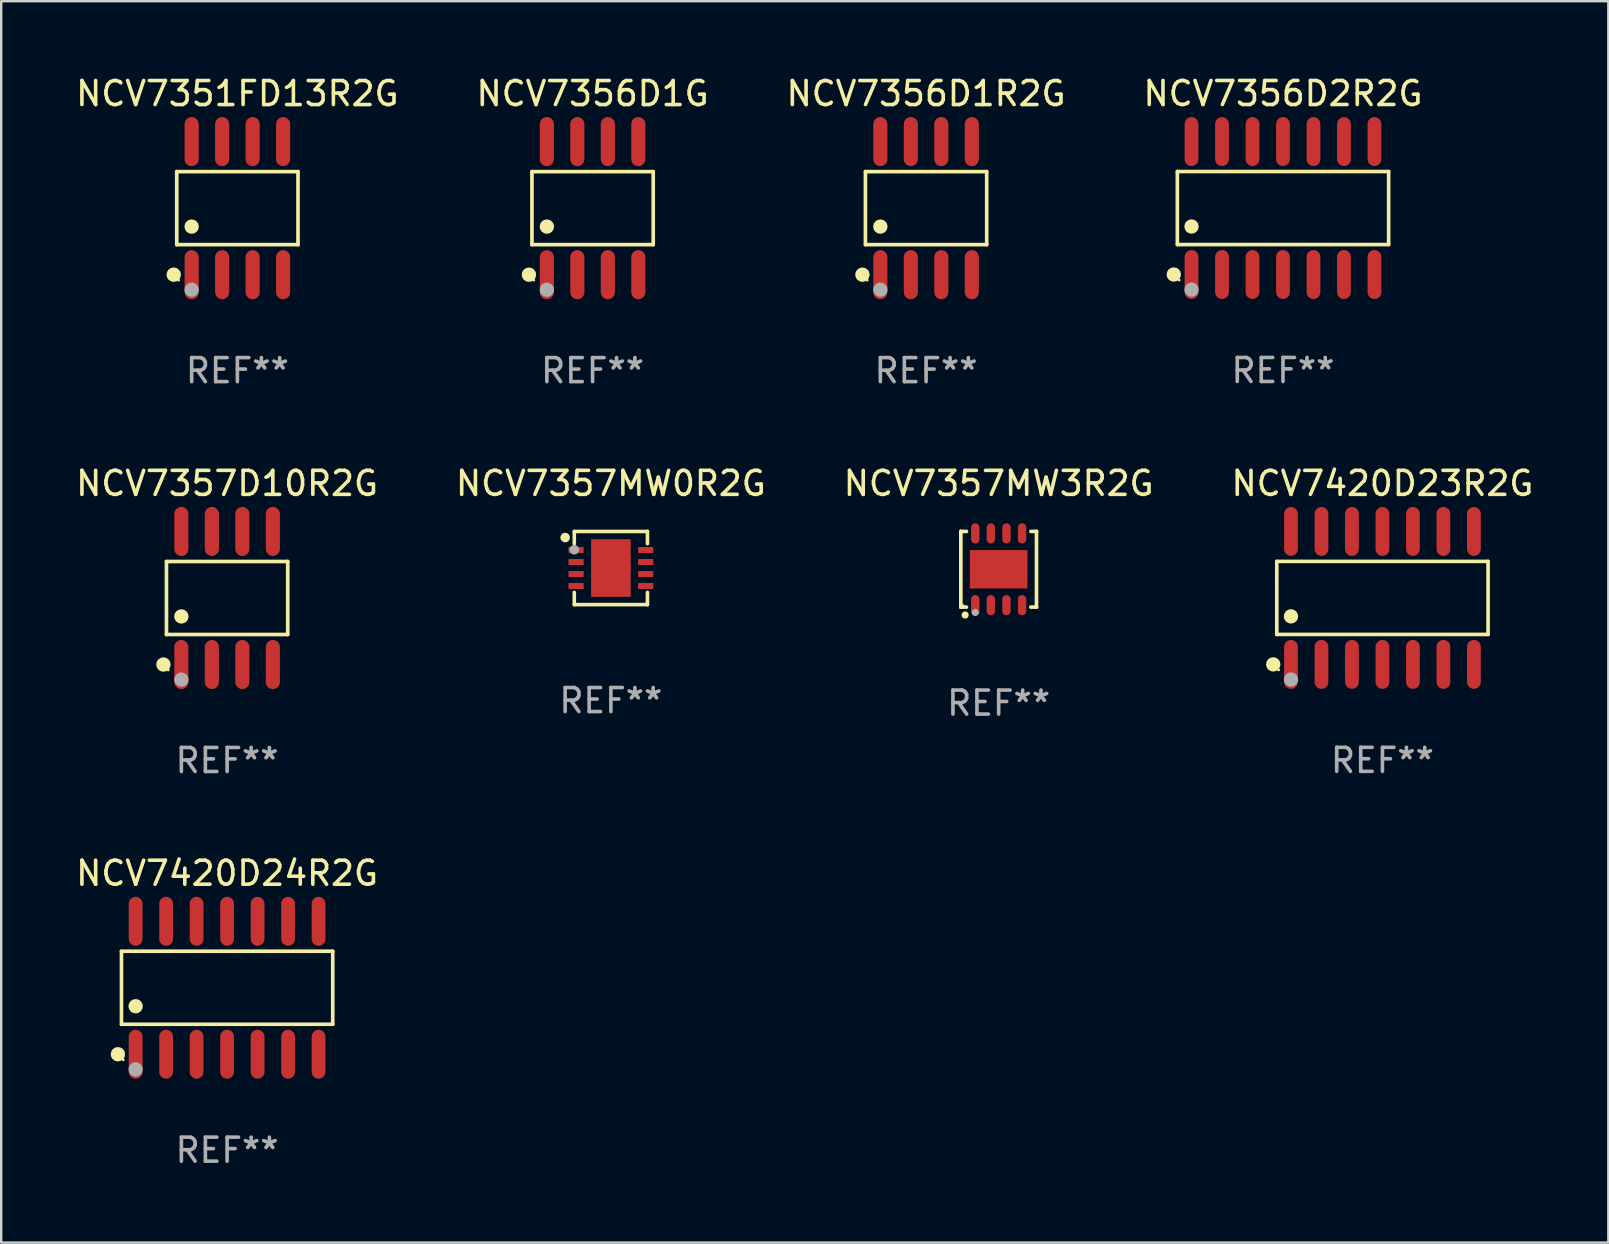
<source format=kicad_pcb>
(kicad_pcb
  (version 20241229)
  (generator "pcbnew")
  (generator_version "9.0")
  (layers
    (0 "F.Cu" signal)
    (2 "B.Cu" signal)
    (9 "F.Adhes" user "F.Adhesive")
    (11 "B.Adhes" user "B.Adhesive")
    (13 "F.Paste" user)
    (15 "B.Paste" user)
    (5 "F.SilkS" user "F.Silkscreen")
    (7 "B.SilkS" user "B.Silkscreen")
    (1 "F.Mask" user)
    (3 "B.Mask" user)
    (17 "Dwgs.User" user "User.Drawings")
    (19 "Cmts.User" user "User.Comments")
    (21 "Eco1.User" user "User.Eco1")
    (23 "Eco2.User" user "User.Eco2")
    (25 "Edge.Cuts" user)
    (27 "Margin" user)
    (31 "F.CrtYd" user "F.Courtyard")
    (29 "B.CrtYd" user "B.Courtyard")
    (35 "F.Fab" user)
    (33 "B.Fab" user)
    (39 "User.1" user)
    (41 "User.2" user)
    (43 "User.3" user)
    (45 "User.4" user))
  (footprint "NCV7351FD13R2G"
    (layer "F.Cu")
    (at 6.839 5.621)
    (property "Reference" "NCV7351FD13R2G" (at 0 -4.772 0) (layer "F.SilkS") (effects (font (size 1 1) (thickness 0.15))))
    (attr through_hole)
    (fp_line (start -2.526 -1.521) (end 2.526 -1.521) (stroke (width 0.152) (type solid)) (layer "F.SilkS"))
    (fp_line (start -2.526 1.521) (end -2.526 -1.521) (stroke (width 0.152) (type solid)) (layer "F.SilkS"))
    (fp_line (start 2.526 -1.521) (end 2.526 1.521) (stroke (width 0.152) (type solid)) (layer "F.SilkS"))
    (fp_line (start 2.526 1.521) (end -2.526 1.521) (stroke (width 0.152) (type solid)) (layer "F.SilkS"))
    (fp_circle (center -2.652 2.772) (end -2.501 2.772) (stroke (width 0.3) (type solid)) (fill no) (layer "F.SilkS"))
    (fp_circle (center -2.45 3) (end -2.42 3) (stroke (width 0.06) (type solid)) (fill no) (layer "F.SilkS"))
    (fp_circle (center -1.905 0.769) (end -1.755 0.769) (stroke (width 0.3) (type solid)) (fill no) (layer "F.SilkS"))
    (fp_circle (center -1.905 3.4) (end -1.755 3.4) (stroke (width 0.3) (type solid)) (fill no) (layer "F.Fab"))
    (fp_text user "REF**" (at 0 6.772 0) (layer "F.Fab") (effects (font (size 1 1) (thickness 0.15))))
    (pad "1" smd oval (at -1.905 2.772) (size 0.588 2.045) (layers "F.Cu" "F.Mask" "F.Paste"))
    (pad "2" smd oval (at -0.635 2.772) (size 0.588 2.045) (layers "F.Cu" "F.Mask" "F.Paste"))
    (pad "3" smd oval (at 0.635 2.772) (size 0.588 2.045) (layers "F.Cu" "F.Mask" "F.Paste"))
    (pad "4" smd oval (at 1.905 2.772) (size 0.588 2.045) (layers "F.Cu" "F.Mask" "F.Paste"))
    (pad "5" smd oval (at 1.905 -2.772) (size 0.588 2.045) (layers "F.Cu" "F.Mask" "F.Paste"))
    (pad "6" smd oval (at 0.635 -2.772) (size 0.588 2.045) (layers "F.Cu" "F.Mask" "F.Paste"))
    (pad "7" smd oval (at -0.635 -2.772) (size 0.588 2.045) (layers "F.Cu" "F.Mask" "F.Paste"))
    (pad "8" smd oval (at -1.905 -2.772) (size 0.588 2.045) (layers "F.Cu" "F.Mask" "F.Paste")))
  (footprint "NCV7357MW3R2G"
    (layer "F.Cu")
    (at 38.554 20.666)
    (property "Reference" "NCV7357MW3R2G" (at 0 -3.576 0) (layer "F.SilkS") (effects (font (size 1 1) (thickness 0.15))))
    (attr through_hole)
    (fp_line (start -1.576 -1.576) (end -1.576 -1.576) (stroke (width 0.152) (type solid)) (layer "F.SilkS"))
    (fp_line (start -1.576 -1.576) (end -1.341 -1.576) (stroke (width 0.152) (type solid)) (layer "F.SilkS"))
    (fp_line (start -1.576 1.576) (end -1.576 -1.576) (stroke (width 0.152) (type solid)) (layer "F.SilkS"))
    (fp_line (start -1.576 1.576) (end -1.576 1.576) (stroke (width 0.152) (type solid)) (layer "F.SilkS"))
    (fp_line (start -1.341 1.576) (end -1.576 1.576) (stroke (width 0.152) (type solid)) (layer "F.SilkS"))
    (fp_line (start 1.341 1.576) (end 1.576 1.576) (stroke (width 0.152) (type solid)) (layer "F.SilkS"))
    (fp_line (start 1.576 -1.576) (end 1.341 -1.576) (stroke (width 0.152) (type solid)) (layer "F.SilkS"))
    (fp_line (start 1.576 -1.576) (end 1.576 -1.576) (stroke (width 0.152) (type solid)) (layer "F.SilkS"))
    (fp_line (start 1.576 1.576) (end 1.576 -1.576) (stroke (width 0.152) (type solid)) (layer "F.SilkS"))
    (fp_line (start 1.576 1.576) (end 1.576 1.576) (stroke (width 0.152) (type solid)) (layer "F.SilkS"))
    (fp_circle (center -1.5 1.5) (end -1.47 1.5) (stroke (width 0.06) (type solid)) (fill no) (layer "F.SilkS"))
    (fp_circle (center -1.397 1.905) (end -1.322 1.905) (stroke (width 0.15) (type solid)) (fill no) (layer "F.SilkS"))
    (fp_circle (center -0.975 1.8) (end -0.9 1.8) (stroke (width 0.15) (type solid)) (fill no) (layer "F.Fab"))
    (fp_text user "REF**" (at 0 5.576 0) (layer "F.Fab") (effects (font (size 1 1) (thickness 0.15))))
    (pad "1" smd oval (at -0.975 1.495) (size 0.35 0.84) (layers "F.Cu" "F.Mask" "F.Paste"))
    (pad "2" smd oval (at -0.325 1.495) (size 0.35 0.84) (layers "F.Cu" "F.Mask" "F.Paste"))
    (pad "3" smd oval (at 0.325 1.495) (size 0.35 0.84) (layers "F.Cu" "F.Mask" "F.Paste"))
    (pad "4" smd oval (at 0.975 1.495) (size 0.35 0.84) (layers "F.Cu" "F.Mask" "F.Paste"))
    (pad "5" smd oval (at 0.975 -1.495) (size 0.35 0.84) (layers "F.Cu" "F.Mask" "F.Paste"))
    (pad "6" smd oval (at 0.325 -1.495) (size 0.35 0.84) (layers "F.Cu" "F.Mask" "F.Paste"))
    (pad "7" smd oval (at -0.325 -1.495) (size 0.35 0.84) (layers "F.Cu" "F.Mask" "F.Paste"))
    (pad "8" smd oval (at -0.975 -1.495) (size 0.35 0.84) (layers "F.Cu" "F.Mask" "F.Paste"))
    (pad "9" smd rect (at 0 0) (size 2.4 1.6) (layers "F.Cu" "F.Mask" "F.Paste")))
  (footprint "NCV7356D1G"
    (layer "F.Cu")
    (at 21.637 5.621)
    (property "Reference" "NCV7356D1G" (at 0 -4.772 0) (layer "F.SilkS") (effects (font (size 1 1) (thickness 0.15))))
    (attr through_hole)
    (fp_line (start -2.526 -1.521) (end 2.526 -1.521) (stroke (width 0.152) (type solid)) (layer "F.SilkS"))
    (fp_line (start -2.526 1.521) (end -2.526 -1.521) (stroke (width 0.152) (type solid)) (layer "F.SilkS"))
    (fp_line (start 2.526 -1.521) (end 2.526 1.521) (stroke (width 0.152) (type solid)) (layer "F.SilkS"))
    (fp_line (start 2.526 1.521) (end -2.526 1.521) (stroke (width 0.152) (type solid)) (layer "F.SilkS"))
    (fp_circle (center -2.652 2.772) (end -2.501 2.772) (stroke (width 0.3) (type solid)) (fill no) (layer "F.SilkS"))
    (fp_circle (center -2.45 3) (end -2.42 3) (stroke (width 0.06) (type solid)) (fill no) (layer "F.SilkS"))
    (fp_circle (center -1.905 0.769) (end -1.755 0.769) (stroke (width 0.3) (type solid)) (fill no) (layer "F.SilkS"))
    (fp_circle (center -1.905 3.4) (end -1.755 3.4) (stroke (width 0.3) (type solid)) (fill no) (layer "F.Fab"))
    (fp_text user "REF**" (at 0 6.772 0) (layer "F.Fab") (effects (font (size 1 1) (thickness 0.15))))
    (pad "1" smd oval (at -1.905 2.772) (size 0.588 2.045) (layers "F.Cu" "F.Mask" "F.Paste"))
    (pad "2" smd oval (at -0.635 2.772) (size 0.588 2.045) (layers "F.Cu" "F.Mask" "F.Paste"))
    (pad "3" smd oval (at 0.635 2.772) (size 0.588 2.045) (layers "F.Cu" "F.Mask" "F.Paste"))
    (pad "4" smd oval (at 1.905 2.772) (size 0.588 2.045) (layers "F.Cu" "F.Mask" "F.Paste"))
    (pad "5" smd oval (at 1.905 -2.772) (size 0.588 2.045) (layers "F.Cu" "F.Mask" "F.Paste"))
    (pad "6" smd oval (at 0.635 -2.772) (size 0.588 2.045) (layers "F.Cu" "F.Mask" "F.Paste"))
    (pad "7" smd oval (at -0.635 -2.772) (size 0.588 2.045) (layers "F.Cu" "F.Mask" "F.Paste"))
    (pad "8" smd oval (at -1.905 -2.772) (size 0.588 2.045) (layers "F.Cu" "F.Mask" "F.Paste")))
  (footprint "NCV7420D24R2G"
    (layer "F.Cu")
    (at 6.411 38.1)
    (property "Reference" "NCV7420D24R2G" (at 0 -4.769 0) (layer "F.SilkS") (effects (font (size 1 1) (thickness 0.15))))
    (attr through_hole)
    (fp_line (start -4.401 -1.521) (end 4.401 -1.521) (stroke (width 0.152) (type solid)) (layer "F.SilkS"))
    (fp_line (start -4.401 1.521) (end -4.401 -1.521) (stroke (width 0.152) (type solid)) (layer "F.SilkS"))
    (fp_line (start 4.401 -1.521) (end 4.401 1.521) (stroke (width 0.152) (type solid)) (layer "F.SilkS"))
    (fp_line (start 4.401 1.521) (end -4.401 1.521) (stroke (width 0.152) (type solid)) (layer "F.SilkS"))
    (fp_circle (center -4.549 2.769) (end -4.399 2.769) (stroke (width 0.3) (type solid)) (fill no) (layer "F.SilkS"))
    (fp_circle (center -4.325 3) (end -4.295 3) (stroke (width 0.06) (type solid)) (fill no) (layer "F.SilkS"))
    (fp_circle (center -3.81 0.769) (end -3.66 0.769) (stroke (width 0.3) (type solid)) (fill no) (layer "F.SilkS"))
    (fp_circle (center -3.81 3.4) (end -3.66 3.4) (stroke (width 0.3) (type solid)) (fill no) (layer "F.Fab"))
    (fp_text user "REF**" (at 0 6.769 0) (layer "F.Fab") (effects (font (size 1 1) (thickness 0.15))))
    (pad "1" smd oval (at -3.81 2.769) (size 0.574 2.038) (layers "F.Cu" "F.Mask" "F.Paste"))
    (pad "2" smd oval (at -2.54 2.769) (size 0.574 2.038) (layers "F.Cu" "F.Mask" "F.Paste"))
    (pad "3" smd oval (at -1.27 2.769) (size 0.574 2.038) (layers "F.Cu" "F.Mask" "F.Paste"))
    (pad "4" smd oval (at 0 2.769) (size 0.574 2.038) (layers "F.Cu" "F.Mask" "F.Paste"))
    (pad "5" smd oval (at 1.27 2.769) (size 0.574 2.038) (layers "F.Cu" "F.Mask" "F.Paste"))
    (pad "6" smd oval (at 2.54 2.769) (size 0.574 2.038) (layers "F.Cu" "F.Mask" "F.Paste"))
    (pad "7" smd oval (at 3.81 2.769) (size 0.574 2.038) (layers "F.Cu" "F.Mask" "F.Paste"))
    (pad "8" smd oval (at 3.81 -2.769) (size 0.574 2.038) (layers "F.Cu" "F.Mask" "F.Paste"))
    (pad "9" smd oval (at 2.54 -2.769) (size 0.574 2.038) (layers "F.Cu" "F.Mask" "F.Paste"))
    (pad "10" smd oval (at 1.27 -2.769) (size 0.574 2.038) (layers "F.Cu" "F.Mask" "F.Paste"))
    (pad "11" smd oval (at 0 -2.769) (size 0.574 2.038) (layers "F.Cu" "F.Mask" "F.Paste"))
    (pad "12" smd oval (at -1.27 -2.769) (size 0.574 2.038) (layers "F.Cu" "F.Mask" "F.Paste"))
    (pad "13" smd oval (at -2.54 -2.769) (size 0.574 2.038) (layers "F.Cu" "F.Mask" "F.Paste"))
    (pad "14" smd oval (at -3.81 -2.769) (size 0.574 2.038) (layers "F.Cu" "F.Mask" "F.Paste")))
  (footprint "NCV7357D10R2G"
    (layer "F.Cu")
    (at 6.411 21.862)
    (property "Reference" "NCV7357D10R2G" (at 0 -4.772 0) (layer "F.SilkS") (effects (font (size 1 1) (thickness 0.15))))
    (attr through_hole)
    (fp_line (start -2.526 -1.521) (end 2.526 -1.521) (stroke (width 0.152) (type solid)) (layer "F.SilkS"))
    (fp_line (start -2.526 1.521) (end -2.526 -1.521) (stroke (width 0.152) (type solid)) (layer "F.SilkS"))
    (fp_line (start 2.526 -1.521) (end 2.526 1.521) (stroke (width 0.152) (type solid)) (layer "F.SilkS"))
    (fp_line (start 2.526 1.521) (end -2.526 1.521) (stroke (width 0.152) (type solid)) (layer "F.SilkS"))
    (fp_circle (center -2.652 2.772) (end -2.501 2.772) (stroke (width 0.3) (type solid)) (fill no) (layer "F.SilkS"))
    (fp_circle (center -2.45 3) (end -2.42 3) (stroke (width 0.06) (type solid)) (fill no) (layer "F.SilkS"))
    (fp_circle (center -1.905 0.769) (end -1.755 0.769) (stroke (width 0.3) (type solid)) (fill no) (layer "F.SilkS"))
    (fp_circle (center -1.905 3.4) (end -1.755 3.4) (stroke (width 0.3) (type solid)) (fill no) (layer "F.Fab"))
    (fp_text user "REF**" (at 0 6.772 0) (layer "F.Fab") (effects (font (size 1 1) (thickness 0.15))))
    (pad "1" smd oval (at -1.905 2.772) (size 0.588 2.045) (layers "F.Cu" "F.Mask" "F.Paste"))
    (pad "2" smd oval (at -0.635 2.772) (size 0.588 2.045) (layers "F.Cu" "F.Mask" "F.Paste"))
    (pad "3" smd oval (at 0.635 2.772) (size 0.588 2.045) (layers "F.Cu" "F.Mask" "F.Paste"))
    (pad "4" smd oval (at 1.905 2.772) (size 0.588 2.045) (layers "F.Cu" "F.Mask" "F.Paste"))
    (pad "5" smd oval (at 1.905 -2.772) (size 0.588 2.045) (layers "F.Cu" "F.Mask" "F.Paste"))
    (pad "6" smd oval (at 0.635 -2.772) (size 0.588 2.045) (layers "F.Cu" "F.Mask" "F.Paste"))
    (pad "7" smd oval (at -0.635 -2.772) (size 0.588 2.045) (layers "F.Cu" "F.Mask" "F.Paste"))
    (pad "8" smd oval (at -1.905 -2.772) (size 0.588 2.045) (layers "F.Cu" "F.Mask" "F.Paste")))
  (footprint "NCV7420D23R2G"
    (layer "F.Cu")
    (at 54.542 21.859)
    (property "Reference" "NCV7420D23R2G" (at 0 -4.769 0) (layer "F.SilkS") (effects (font (size 1 1) (thickness 0.15))))
    (attr through_hole)
    (fp_line (start -4.401 -1.521) (end 4.401 -1.521) (stroke (width 0.152) (type solid)) (layer "F.SilkS"))
    (fp_line (start -4.401 1.521) (end -4.401 -1.521) (stroke (width 0.152) (type solid)) (layer "F.SilkS"))
    (fp_line (start 4.401 -1.521) (end 4.401 1.521) (stroke (width 0.152) (type solid)) (layer "F.SilkS"))
    (fp_line (start 4.401 1.521) (end -4.401 1.521) (stroke (width 0.152) (type solid)) (layer "F.SilkS"))
    (fp_circle (center -4.549 2.769) (end -4.399 2.769) (stroke (width 0.3) (type solid)) (fill no) (layer "F.SilkS"))
    (fp_circle (center -4.325 3) (end -4.295 3) (stroke (width 0.06) (type solid)) (fill no) (layer "F.SilkS"))
    (fp_circle (center -3.81 0.769) (end -3.66 0.769) (stroke (width 0.3) (type solid)) (fill no) (layer "F.SilkS"))
    (fp_circle (center -3.81 3.4) (end -3.66 3.4) (stroke (width 0.3) (type solid)) (fill no) (layer "F.Fab"))
    (fp_text user "REF**" (at 0 6.769 0) (layer "F.Fab") (effects (font (size 1 1) (thickness 0.15))))
    (pad "1" smd oval (at -3.81 2.769) (size 0.574 2.038) (layers "F.Cu" "F.Mask" "F.Paste"))
    (pad "2" smd oval (at -2.54 2.769) (size 0.574 2.038) (layers "F.Cu" "F.Mask" "F.Paste"))
    (pad "3" smd oval (at -1.27 2.769) (size 0.574 2.038) (layers "F.Cu" "F.Mask" "F.Paste"))
    (pad "4" smd oval (at 0 2.769) (size 0.574 2.038) (layers "F.Cu" "F.Mask" "F.Paste"))
    (pad "5" smd oval (at 1.27 2.769) (size 0.574 2.038) (layers "F.Cu" "F.Mask" "F.Paste"))
    (pad "6" smd oval (at 2.54 2.769) (size 0.574 2.038) (layers "F.Cu" "F.Mask" "F.Paste"))
    (pad "7" smd oval (at 3.81 2.769) (size 0.574 2.038) (layers "F.Cu" "F.Mask" "F.Paste"))
    (pad "8" smd oval (at 3.81 -2.769) (size 0.574 2.038) (layers "F.Cu" "F.Mask" "F.Paste"))
    (pad "9" smd oval (at 2.54 -2.769) (size 0.574 2.038) (layers "F.Cu" "F.Mask" "F.Paste"))
    (pad "10" smd oval (at 1.27 -2.769) (size 0.574 2.038) (layers "F.Cu" "F.Mask" "F.Paste"))
    (pad "11" smd oval (at 0 -2.769) (size 0.574 2.038) (layers "F.Cu" "F.Mask" "F.Paste"))
    (pad "12" smd oval (at -1.27 -2.769) (size 0.574 2.038) (layers "F.Cu" "F.Mask" "F.Paste"))
    (pad "13" smd oval (at -2.54 -2.769) (size 0.574 2.038) (layers "F.Cu" "F.Mask" "F.Paste"))
    (pad "14" smd oval (at -3.81 -2.769) (size 0.574 2.038) (layers "F.Cu" "F.Mask" "F.Paste")))
  (footprint "NCV7356D2R2G"
    (layer "F.Cu")
    (at 50.399 5.617)
    (property "Reference" "NCV7356D2R2G" (at 0 -4.769 0) (layer "F.SilkS") (effects (font (size 1 1) (thickness 0.15))))
    (attr through_hole)
    (fp_line (start -4.401 -1.521) (end 4.401 -1.521) (stroke (width 0.152) (type solid)) (layer "F.SilkS"))
    (fp_line (start -4.401 1.521) (end -4.401 -1.521) (stroke (width 0.152) (type solid)) (layer "F.SilkS"))
    (fp_line (start 4.401 -1.521) (end 4.401 1.521) (stroke (width 0.152) (type solid)) (layer "F.SilkS"))
    (fp_line (start 4.401 1.521) (end -4.401 1.521) (stroke (width 0.152) (type solid)) (layer "F.SilkS"))
    (fp_circle (center -4.549 2.769) (end -4.399 2.769) (stroke (width 0.3) (type solid)) (fill no) (layer "F.SilkS"))
    (fp_circle (center -4.325 3) (end -4.295 3) (stroke (width 0.06) (type solid)) (fill no) (layer "F.SilkS"))
    (fp_circle (center -3.81 0.769) (end -3.66 0.769) (stroke (width 0.3) (type solid)) (fill no) (layer "F.SilkS"))
    (fp_circle (center -3.81 3.4) (end -3.66 3.4) (stroke (width 0.3) (type solid)) (fill no) (layer "F.Fab"))
    (fp_text user "REF**" (at 0 6.769 0) (layer "F.Fab") (effects (font (size 1 1) (thickness 0.15))))
    (pad "1" smd oval (at -3.81 2.769) (size 0.574 2.038) (layers "F.Cu" "F.Mask" "F.Paste"))
    (pad "2" smd oval (at -2.54 2.769) (size 0.574 2.038) (layers "F.Cu" "F.Mask" "F.Paste"))
    (pad "3" smd oval (at -1.27 2.769) (size 0.574 2.038) (layers "F.Cu" "F.Mask" "F.Paste"))
    (pad "4" smd oval (at 0 2.769) (size 0.574 2.038) (layers "F.Cu" "F.Mask" "F.Paste"))
    (pad "5" smd oval (at 1.27 2.769) (size 0.574 2.038) (layers "F.Cu" "F.Mask" "F.Paste"))
    (pad "6" smd oval (at 2.54 2.769) (size 0.574 2.038) (layers "F.Cu" "F.Mask" "F.Paste"))
    (pad "7" smd oval (at 3.81 2.769) (size 0.574 2.038) (layers "F.Cu" "F.Mask" "F.Paste"))
    (pad "8" smd oval (at 3.81 -2.769) (size 0.574 2.038) (layers "F.Cu" "F.Mask" "F.Paste"))
    (pad "9" smd oval (at 2.54 -2.769) (size 0.574 2.038) (layers "F.Cu" "F.Mask" "F.Paste"))
    (pad "10" smd oval (at 1.27 -2.769) (size 0.574 2.038) (layers "F.Cu" "F.Mask" "F.Paste"))
    (pad "11" smd oval (at 0 -2.769) (size 0.574 2.038) (layers "F.Cu" "F.Mask" "F.Paste"))
    (pad "12" smd oval (at -1.27 -2.769) (size 0.574 2.038) (layers "F.Cu" "F.Mask" "F.Paste"))
    (pad "13" smd oval (at -2.54 -2.769) (size 0.574 2.038) (layers "F.Cu" "F.Mask" "F.Paste"))
    (pad "14" smd oval (at -3.81 -2.769) (size 0.574 2.038) (layers "F.Cu" "F.Mask" "F.Paste")))
  (footprint "NCV7357MW0R2G"
    (layer "F.Cu")
    (at 22.399 20.614)
    (property "Reference" "NCV7357MW0R2G" (at 0 -3.524 0) (layer "F.SilkS") (effects (font (size 1 1) (thickness 0.15))))
    (attr through_hole)
    (fp_line (start -1.524 -1.524) (end 1.524 -1.524) (stroke (width 0.15) (type solid)) (layer "F.SilkS"))
    (fp_line (start -1.524 -1.016) (end -1.524 -1.524) (stroke (width 0.15) (type solid)) (layer "F.SilkS"))
    (fp_line (start -1.524 1.016) (end -1.524 1.524) (stroke (width 0.15) (type solid)) (layer "F.SilkS"))
    (fp_line (start -1.524 1.524) (end 1.524 1.524) (stroke (width 0.15) (type solid)) (layer "F.SilkS"))
    (fp_line (start 1.524 -1.524) (end 1.524 -1.016) (stroke (width 0.15) (type solid)) (layer "F.SilkS"))
    (fp_line (start 1.524 1.524) (end 1.524 1.016) (stroke (width 0.15) (type solid)) (layer "F.SilkS"))
    (fp_circle (center -1.905 -1.27) (end -1.805 -1.27) (stroke (width 0.2) (type solid)) (fill no) (layer "F.SilkS"))
    (fp_circle (center -1.5 -1.5) (end -1.47 -1.5) (stroke (width 0.06) (type solid)) (fill no) (layer "F.SilkS"))
    (fp_circle (center -1.524 -0.762) (end -1.424 -0.762) (stroke (width 0.2) (type solid)) (fill no) (layer "F.Fab"))
    (fp_text user "REF**" (at 0 5.524 0) (layer "F.Fab") (effects (font (size 1 1) (thickness 0.15))))
    (pad "1" smd rect (at -1.45 -0.75) (size 0.63 0.25) (layers "F.Cu" "F.Mask" "F.Paste"))
    (pad "2" smd rect (at -1.45 -0.25) (size 0.63 0.25) (layers "F.Cu" "F.Mask" "F.Paste"))
    (pad "3" smd rect (at -1.45 0.25) (size 0.63 0.25) (layers "F.Cu" "F.Mask" "F.Paste"))
    (pad "4" smd rect (at -1.45 0.75) (size 0.63 0.25) (layers "F.Cu" "F.Mask" "F.Paste"))
    (pad "5" smd rect (at 1.45 0.75) (size 0.63 0.25) (layers "F.Cu" "F.Mask" "F.Paste"))
    (pad "6" smd rect (at 1.45 0.25) (size 0.63 0.25) (layers "F.Cu" "F.Mask" "F.Paste"))
    (pad "7" smd rect (at 1.45 -0.25) (size 0.63 0.25) (layers "F.Cu" "F.Mask" "F.Paste"))
    (pad "8" smd rect (at 1.45 -0.75) (size 0.63 0.25) (layers "F.Cu" "F.Mask" "F.Paste"))
    (pad "9" smd rect (at -0.000025 0.000127) (size 1.65 2.4) (layers "F.Cu" "F.Mask" "F.Paste")))
  (footprint "NCV7356D1R2G"
    (layer "F.Cu")
    (at 35.53 5.621)
    (property "Reference" "NCV7356D1R2G" (at 0 -4.772 0) (layer "F.SilkS") (effects (font (size 1 1) (thickness 0.15))))
    (attr through_hole)
    (fp_line (start -2.526 -1.521) (end 2.526 -1.521) (stroke (width 0.152) (type solid)) (layer "F.SilkS"))
    (fp_line (start -2.526 1.521) (end -2.526 -1.521) (stroke (width 0.152) (type solid)) (layer "F.SilkS"))
    (fp_line (start 2.526 -1.521) (end 2.526 1.521) (stroke (width 0.152) (type solid)) (layer "F.SilkS"))
    (fp_line (start 2.526 1.521) (end -2.526 1.521) (stroke (width 0.152) (type solid)) (layer "F.SilkS"))
    (fp_circle (center -2.652 2.772) (end -2.501 2.772) (stroke (width 0.3) (type solid)) (fill no) (layer "F.SilkS"))
    (fp_circle (center -2.45 3) (end -2.42 3) (stroke (width 0.06) (type solid)) (fill no) (layer "F.SilkS"))
    (fp_circle (center -1.905 0.769) (end -1.755 0.769) (stroke (width 0.3) (type solid)) (fill no) (layer "F.SilkS"))
    (fp_circle (center -1.905 3.4) (end -1.755 3.4) (stroke (width 0.3) (type solid)) (fill no) (layer "F.Fab"))
    (fp_text user "REF**" (at 0 6.772 0) (layer "F.Fab") (effects (font (size 1 1) (thickness 0.15))))
    (pad "1" smd oval (at -1.905 2.772) (size 0.588 2.045) (layers "F.Cu" "F.Mask" "F.Paste"))
    (pad "2" smd oval (at -0.635 2.772) (size 0.588 2.045) (layers "F.Cu" "F.Mask" "F.Paste"))
    (pad "3" smd oval (at 0.635 2.772) (size 0.588 2.045) (layers "F.Cu" "F.Mask" "F.Paste"))
    (pad "4" smd oval (at 1.905 2.772) (size 0.588 2.045) (layers "F.Cu" "F.Mask" "F.Paste"))
    (pad "5" smd oval (at 1.905 -2.772) (size 0.588 2.045) (layers "F.Cu" "F.Mask" "F.Paste"))
    (pad "6" smd oval (at 0.635 -2.772) (size 0.588 2.045) (layers "F.Cu" "F.Mask" "F.Paste"))
    (pad "7" smd oval (at -0.635 -2.772) (size 0.588 2.045) (layers "F.Cu" "F.Mask" "F.Paste"))
    (pad "8" smd oval (at -1.905 -2.772) (size 0.588 2.045) (layers "F.Cu" "F.Mask" "F.Paste")))
  (gr_rect
    (start -3 -3)
    (end 63.952 48.717)
    (stroke (width 0.1) (type default))
    (fill no)
    (layer "Edge.Cuts")))
</source>
